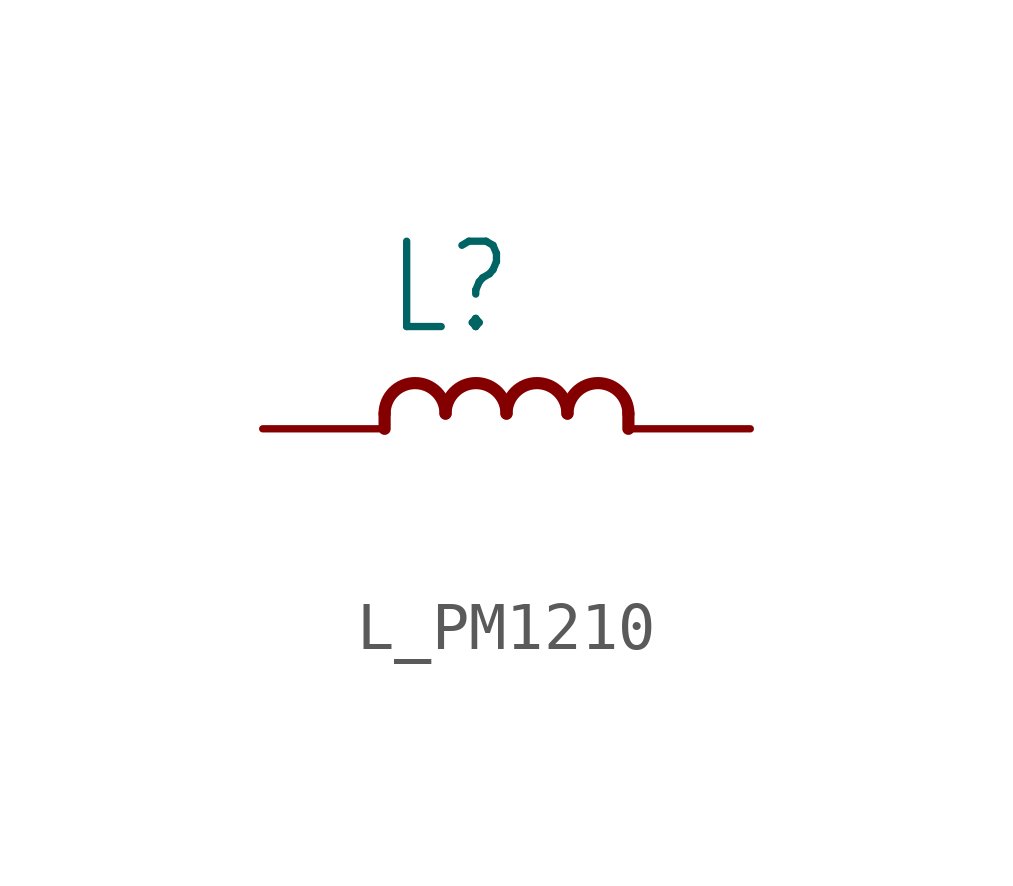
<source format=kicad_sym>
(kicad_symbol_lib
  (version 20220914)
  (generator kicad_symbol_editor)
  (symbol "L_PM1210"
    (property "Reference" "L"
      (at -2.54 1.905 0)
      (effects (font (size 1.778 1.511)) (justify left bottom)))
    (property "Value" ""
      (at -2.54 -2.54 0)
      (effects (font (size 1.778 1.511)) (justify left bottom)))
    (property "ki_locked" ""
      (at 0 0 0)
      (effects (font (size 1.27 1.27))))
    (symbol "L_PM1210_1_0"
      (arc (start -1.27 0.3173) (mid -1.9049 0.9497) (end -2.54 0.3175) (stroke (width 0.254) (type solid)) (fill (type none)))
      (polyline (pts (xy -2.54 0.318) (xy -2.54 0)) (stroke (width 0.254) (type solid)) (fill (type none)))
      (polyline (pts (xy 2.54 0.318) (xy 2.54 0)) (stroke (width 0.254) (type solid)) (fill (type none)))
      (arc (start 0 0.3173) (mid -0.6349 0.9497) (end -1.27 0.3175) (stroke (width 0.254) (type solid)) (fill (type none)))
      (arc (start 1.27 0.3173) (mid 0.6351 0.9497) (end 0 0.3175) (stroke (width 0.254) (type solid)) (fill (type none)))
      (arc (start 2.54 0.3173) (mid 1.9051 0.9497) (end 1.27 0.3175) (stroke (width 0.254) (type solid)) (fill (type none)))
      (pin passive line (at 5.08 0 180) (length 2.54) (name "1" (effects (font (size 0 0)))) (number "1" (effects (font (size 0 0)))))
      (pin passive line (at -5.08 0 0) (length 2.54) (name "2" (effects (font (size 0 0)))) (number "2" (effects (font (size 0 0))))))))
</source>
